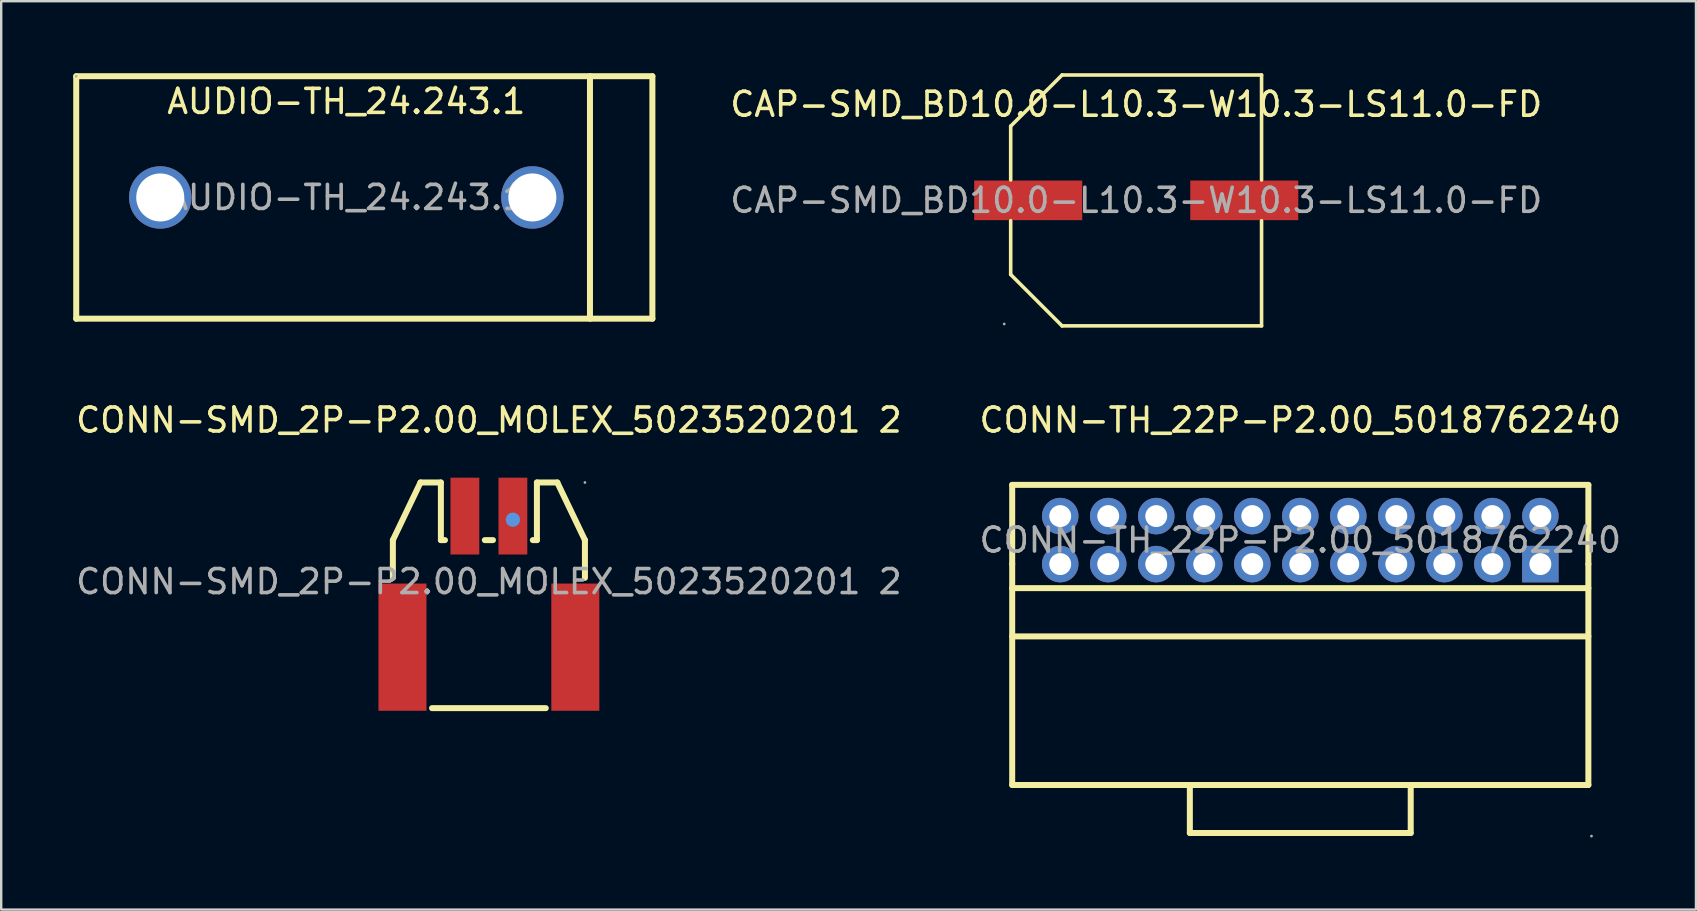
<source format=kicad_pcb>
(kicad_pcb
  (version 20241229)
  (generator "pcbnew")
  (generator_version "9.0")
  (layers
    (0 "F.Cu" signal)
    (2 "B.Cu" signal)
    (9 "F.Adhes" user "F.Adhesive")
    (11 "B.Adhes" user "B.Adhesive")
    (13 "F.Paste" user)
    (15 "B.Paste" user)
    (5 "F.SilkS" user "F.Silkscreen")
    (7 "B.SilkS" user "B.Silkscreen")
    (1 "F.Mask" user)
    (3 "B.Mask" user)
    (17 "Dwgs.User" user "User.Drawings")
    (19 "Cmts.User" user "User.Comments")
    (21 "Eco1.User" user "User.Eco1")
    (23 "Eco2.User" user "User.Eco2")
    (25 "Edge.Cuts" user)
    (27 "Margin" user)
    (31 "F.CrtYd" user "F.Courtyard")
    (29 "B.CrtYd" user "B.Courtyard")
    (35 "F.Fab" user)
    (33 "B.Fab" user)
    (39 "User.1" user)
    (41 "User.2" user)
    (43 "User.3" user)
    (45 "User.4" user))
  (footprint "CONN-SMD_2P-P2.00_MOLEX_5023520201 2"
    (layer "F.Cu")
    (at 17.315 21.178)
    (property "Reference" "CONN-SMD_2P-P2.00_MOLEX_5023520201 2" (at 0 -6.73 0) (layer "F.SilkS") (effects (font (size 1 1) (thickness 0.15))))
    (attr smd)
    (fp_line (start -4 -1.73) (end -4 -0.16) (stroke (width 0.25) (type solid)) (layer "F.SilkS"))
    (fp_line (start -2.85 -4.13) (end -4 -1.73) (stroke (width 0.25) (type solid)) (layer "F.SilkS"))
    (fp_line (start -2.37 5.27) (end 2.37 5.27) (stroke (width 0.25) (type solid)) (layer "F.SilkS"))
    (fp_line (start -2 -4.13) (end -2.85 -4.13) (stroke (width 0.25) (type solid)) (layer "F.SilkS"))
    (fp_line (start -2 -4.13) (end -2 -1.73) (stroke (width 0.25) (type solid)) (layer "F.SilkS"))
    (fp_line (start -2 -1.73) (end -1.83 -1.73) (stroke (width 0.25) (type solid)) (layer "F.SilkS"))
    (fp_line (start -0.17 -1.73) (end 0.17 -1.73) (stroke (width 0.25) (type solid)) (layer "F.SilkS"))
    (fp_line (start 1.83 -1.73) (end 2 -1.73) (stroke (width 0.25) (type solid)) (layer "F.SilkS"))
    (fp_line (start 2 -4.13) (end 2.85 -4.13) (stroke (width 0.25) (type solid)) (layer "F.SilkS"))
    (fp_line (start 2 -1.73) (end 2 -4.13) (stroke (width 0.25) (type solid)) (layer "F.SilkS"))
    (fp_line (start 2.85 -4.13) (end 4 -1.73) (stroke (width 0.25) (type solid)) (layer "F.SilkS"))
    (fp_line (start 4 -1.73) (end 4 -0.16) (stroke (width 0.25) (type solid)) (layer "F.SilkS"))
    (fp_circle (center 1 -2.58) (end 1.15 -2.58) (stroke (width 0.3) (type solid)) (fill no) (layer "Cmts.User"))
    (fp_circle (center 4 -4.13) (end 4.03 -4.13) (stroke (width 0.06) (type solid)) (fill no) (layer "F.Fab"))
    (fp_text user "${REFERENCE}" (at 0 0 0) (layer "F.Fab") (effects (font (size 1 1) (thickness 0.15))))
    (pad "1" smd rect (at 1 -2.73) (size 1.2 3.2) (layers "F.Cu" "F.Mask" "F.Paste"))
    (pad "2" smd rect (at -1 -2.73) (size 1.2 3.2) (layers "F.Cu" "F.Mask" "F.Paste"))
    (pad "3" smd rect (at -3.6 2.73) (size 2 5.3) (layers "F.Cu" "F.Mask" "F.Paste"))
    (pad "4" smd rect (at 3.6 2.73) (size 2 5.3) (layers "F.Cu" "F.Mask" "F.Paste")))
  (footprint "CAP-SMD_BD10.0-L10.3-W10.3-LS11.0-FD"
    (layer "F.Cu")
    (at 44.28 5.295)
    (property "Reference" "CAP-SMD_BD10.0-L10.3-W10.3-LS11.0-FD" (at 0 -4 0) (layer "F.SilkS") (effects (font (size 1 1) (thickness 0.15))))
    (attr smd)
    (fp_line (start -5.23 -3.09) (end -5.23 -0.85) (stroke (width 0.15) (type solid)) (layer "F.SilkS"))
    (fp_line (start -5.23 3.09) (end -5.23 0.85) (stroke (width 0.15) (type solid)) (layer "F.SilkS"))
    (fp_line (start -3.09 -5.22) (end -5.23 -3.09) (stroke (width 0.15) (type solid)) (layer "F.SilkS"))
    (fp_line (start -3.09 5.23) (end -5.23 3.09) (stroke (width 0.15) (type solid)) (layer "F.SilkS"))
    (fp_line (start 5.22 -5.22) (end -3.09 -5.22) (stroke (width 0.15) (type solid)) (layer "F.SilkS"))
    (fp_line (start 5.22 -0.85) (end 5.22 -5.22) (stroke (width 0.15) (type solid)) (layer "F.SilkS"))
    (fp_line (start 5.22 0.85) (end 5.22 5.23) (stroke (width 0.15) (type solid)) (layer "F.SilkS"))
    (fp_line (start 5.22 5.23) (end -3.09 5.23) (stroke (width 0.15) (type solid)) (layer "F.SilkS"))
    (fp_circle (center -5.5 5.15) (end -5.47 5.15) (stroke (width 0.06) (type solid)) (fill no) (layer "F.Fab"))
    (fp_text user "${REFERENCE}" (at 0 0 0) (layer "F.Fab") (effects (font (size 1 1) (thickness 0.15))))
    (pad "1" smd rect (at -4.5 0) (size 4.5 1.65) (layers "F.Cu" "F.Mask" "F.Paste"))
    (pad "2" smd rect (at 4.5 0) (size 4.5 1.65) (layers "F.Cu" "F.Mask" "F.Paste")))
  (footprint "CONN-TH_22P-P2.00_5018762240"
    (layer "F.Cu")
    (at 51.113 19.448)
    (property "Reference" "CONN-TH_22P-P2.00_5018762240" (at 0 -5 0) (layer "F.SilkS") (effects (font (size 1 1) (thickness 0.15))))
    (attr through_hole)
    (fp_line (start -12 -2.3) (end 12 -2.3) (stroke (width 0.25) (type solid)) (layer "F.SilkS"))
    (fp_line (start -12 1) (end -12 -2.3) (stroke (width 0.25) (type solid)) (layer "F.SilkS"))
    (fp_line (start -12 2) (end 12 2) (stroke (width 0.25) (type solid)) (layer "F.SilkS"))
    (fp_line (start -12 4.01) (end 12 4.01) (stroke (width 0.25) (type solid)) (layer "F.SilkS"))
    (fp_line (start -12 10.2) (end -12 1) (stroke (width 0.25) (type solid)) (layer "F.SilkS"))
    (fp_line (start -4.6 12.2) (end -4.6 10.2) (stroke (width 0.25) (type solid)) (layer "F.SilkS"))
    (fp_line (start 4.6 12.2) (end -4.6 12.2) (stroke (width 0.25) (type solid)) (layer "F.SilkS"))
    (fp_line (start 4.6 12.2) (end 4.6 10.2) (stroke (width 0.25) (type solid)) (layer "F.SilkS"))
    (fp_line (start 12 1) (end 12 -2.3) (stroke (width 0.25) (type solid)) (layer "F.SilkS"))
    (fp_line (start 12 1) (end 12 10.2) (stroke (width 0.25) (type solid)) (layer "F.SilkS"))
    (fp_line (start 12 10.2) (end -12 10.2) (stroke (width 0.25) (type solid)) (layer "F.SilkS"))
    (fp_circle (center -10 -1) (end -9.82 -1) (stroke (width 0.36) (type solid)) (fill no) (layer "F.Fab"))
    (fp_circle (center -10 1) (end -9.82 1) (stroke (width 0.36) (type solid)) (fill no) (layer "F.Fab"))
    (fp_circle (center -8 -1) (end -7.82 -1) (stroke (width 0.36) (type solid)) (fill no) (layer "F.Fab"))
    (fp_circle (center -8 1) (end -7.82 1) (stroke (width 0.36) (type solid)) (fill no) (layer "F.Fab"))
    (fp_circle (center -6 -1) (end -5.82 -1) (stroke (width 0.36) (type solid)) (fill no) (layer "F.Fab"))
    (fp_circle (center -6 1) (end -5.82 1) (stroke (width 0.36) (type solid)) (fill no) (layer "F.Fab"))
    (fp_circle (center -4 -1) (end -3.82 -1) (stroke (width 0.36) (type solid)) (fill no) (layer "F.Fab"))
    (fp_circle (center -4 1) (end -3.82 1) (stroke (width 0.36) (type solid)) (fill no) (layer "F.Fab"))
    (fp_circle (center -2 -1) (end -1.82 -1) (stroke (width 0.36) (type solid)) (fill no) (layer "F.Fab"))
    (fp_circle (center -2 1) (end -1.82 1) (stroke (width 0.36) (type solid)) (fill no) (layer "F.Fab"))
    (fp_circle (center 0 -1) (end 0.18 -1) (stroke (width 0.36) (type solid)) (fill no) (layer "F.Fab"))
    (fp_circle (center 0 1) (end 0.18 1) (stroke (width 0.36) (type solid)) (fill no) (layer "F.Fab"))
    (fp_circle (center 2 -1) (end 2.18 -1) (stroke (width 0.36) (type solid)) (fill no) (layer "F.Fab"))
    (fp_circle (center 2 1) (end 2.18 1) (stroke (width 0.36) (type solid)) (fill no) (layer "F.Fab"))
    (fp_circle (center 4 -1) (end 4.18 -1) (stroke (width 0.36) (type solid)) (fill no) (layer "F.Fab"))
    (fp_circle (center 4 1) (end 4.18 1) (stroke (width 0.36) (type solid)) (fill no) (layer "F.Fab"))
    (fp_circle (center 6 -1) (end 6.18 -1) (stroke (width 0.36) (type solid)) (fill no) (layer "F.Fab"))
    (fp_circle (center 6 1) (end 6.18 1) (stroke (width 0.36) (type solid)) (fill no) (layer "F.Fab"))
    (fp_circle (center 8 -1) (end 8.18 -1) (stroke (width 0.36) (type solid)) (fill no) (layer "F.Fab"))
    (fp_circle (center 8 1) (end 8.18 1) (stroke (width 0.36) (type solid)) (fill no) (layer "F.Fab"))
    (fp_circle (center 10 -1) (end 10.18 -1) (stroke (width 0.36) (type solid)) (fill no) (layer "F.Fab"))
    (fp_circle (center 10 1) (end 10.18 1) (stroke (width 0.36) (type solid)) (fill no) (layer "F.Fab"))
    (fp_circle (center 12.13 12.33) (end 12.16 12.33) (stroke (width 0.06) (type solid)) (fill no) (layer "F.Fab"))
    (fp_text user "${REFERENCE}" (at 0 0 0) (layer "F.Fab") (effects (font (size 1 1) (thickness 0.15))))
    (pad "1" thru_hole rect (at 10 1) (size 1.52 1.52) (drill 0.914) (layers "*.Cu" "*.Mask"))
    (pad "2" thru_hole circle (at 10 -1) (size 1.52 1.52) (drill 0.914) (layers "*.Cu" "*.Mask"))
    (pad "3" thru_hole circle (at 8 1) (size 1.52 1.52) (drill 0.914) (layers "*.Cu" "*.Mask"))
    (pad "4" thru_hole circle (at 8 -1) (size 1.52 1.52) (drill 0.914) (layers "*.Cu" "*.Mask"))
    (pad "5" thru_hole circle (at 6 1) (size 1.52 1.52) (drill 0.914) (layers "*.Cu" "*.Mask"))
    (pad "6" thru_hole circle (at 6 -1) (size 1.52 1.52) (drill 0.914) (layers "*.Cu" "*.Mask"))
    (pad "7" thru_hole circle (at 4 1) (size 1.52 1.52) (drill 0.914) (layers "*.Cu" "*.Mask"))
    (pad "8" thru_hole circle (at 4 -1) (size 1.52 1.52) (drill 0.914) (layers "*.Cu" "*.Mask"))
    (pad "9" thru_hole circle (at 2 1) (size 1.52 1.52) (drill 0.914) (layers "*.Cu" "*.Mask"))
    (pad "10" thru_hole circle (at 2 -1) (size 1.52 1.52) (drill 0.914) (layers "*.Cu" "*.Mask"))
    (pad "11" thru_hole circle (at 0 1) (size 1.52 1.52) (drill 0.914) (layers "*.Cu" "*.Mask"))
    (pad "12" thru_hole circle (at 0 -1) (size 1.52 1.52) (drill 0.914) (layers "*.Cu" "*.Mask"))
    (pad "13" thru_hole circle (at -2 1) (size 1.52 1.52) (drill 0.914) (layers "*.Cu" "*.Mask"))
    (pad "14" thru_hole circle (at -2 -1) (size 1.52 1.52) (drill 0.914) (layers "*.Cu" "*.Mask"))
    (pad "15" thru_hole circle (at -4 1) (size 1.52 1.52) (drill 0.914) (layers "*.Cu" "*.Mask"))
    (pad "16" thru_hole circle (at -4 -1) (size 1.52 1.52) (drill 0.914) (layers "*.Cu" "*.Mask"))
    (pad "17" thru_hole circle (at -6 1) (size 1.52 1.52) (drill 0.914) (layers "*.Cu" "*.Mask"))
    (pad "18" thru_hole circle (at -6 -1) (size 1.52 1.52) (drill 0.914) (layers "*.Cu" "*.Mask"))
    (pad "19" thru_hole circle (at -8 1) (size 1.52 1.52) (drill 0.914) (layers "*.Cu" "*.Mask"))
    (pad "20" thru_hole circle (at -8 -1) (size 1.52 1.52) (drill 0.914) (layers "*.Cu" "*.Mask"))
    (pad "21" thru_hole circle (at -10 1) (size 1.52 1.52) (drill 0.914) (layers "*.Cu" "*.Mask"))
    (pad "22" thru_hole circle (at -10 -1) (size 1.52 1.52) (drill 0.914) (layers "*.Cu" "*.Mask")))
  (footprint "AUDIO-TH_24.243.1"
    (layer "F.Cu")
    (at 11.375 5.175)
    (property "Reference" "AUDIO-TH_24.243.1" (at 0 -4 0) (layer "F.SilkS") (effects (font (size 1 1) (thickness 0.15))))
    (attr through_hole)
    (fp_line (start -11.25 -5.05) (end 12.75 -5.05) (stroke (width 0.25) (type solid)) (layer "F.SilkS"))
    (fp_line (start -11.25 5.05) (end -11.25 -5.05) (stroke (width 0.25) (type solid)) (layer "F.SilkS"))
    (fp_line (start 10.15 -5.05) (end 10.15 5.05) (stroke (width 0.25) (type solid)) (layer "F.SilkS"))
    (fp_line (start 12.75 -5.05) (end 12.75 5.05) (stroke (width 0.25) (type solid)) (layer "F.SilkS"))
    (fp_line (start 12.75 5.05) (end -11.25 5.05) (stroke (width 0.25) (type solid)) (layer "F.SilkS"))
    (fp_circle (center -11.25 -5.05) (end -11.22 -5.05) (stroke (width 0.06) (type solid)) (fill no) (layer "F.Fab"))
    (fp_text user "${REFERENCE}" (at 0 0 0) (layer "F.Fab") (effects (font (size 1 1) (thickness 0.15))))
    (pad "1" thru_hole circle (at -7.75 0) (size 2.6 2.6) (drill 2) (layers "*.Cu" "*.Mask"))
    (pad "2" thru_hole circle (at 7.75 0) (size 2.6 2.6) (drill 2) (layers "*.Cu" "*.Mask")))
  (gr_rect
    (start -3 -3)
    (end 67.595 34.838)
    (stroke (width 0.1) (type default))
    (fill no)
    (layer "Edge.Cuts")))
</source>
